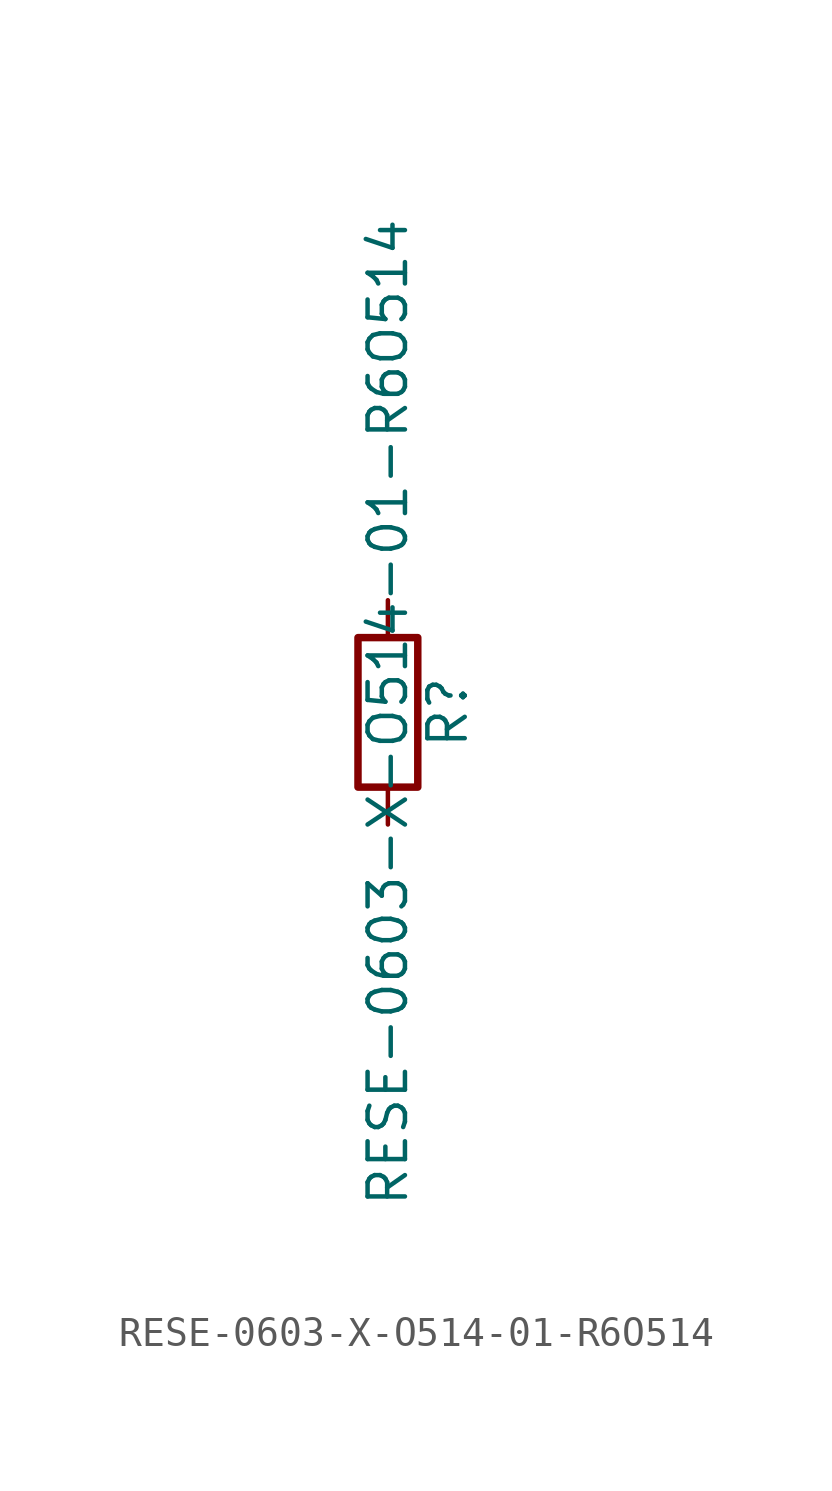
<source format=kicad_sym>
(kicad_symbol_lib
  (version 20211014)
  (generator kicad_symbol_editor)
  (symbol "RESE-0603-X-O514-01-R6O514"
    (pin_numbers hide)
    (pin_names
      (offset 0))
    (property "Reference" "R"
      (at 2.032 0 90)
      (effects (font (size 1.27 1.27))))
    (property "Value" "RESE-0603-X-O514-01-R6O514"
      (at 0 0 90)
      (effects (font (size 1.27 1.27))))
    (symbol "RESE-0603-X-O514-01-R6O514_0_1"
      (rectangle (start -1.016 -2.54) (end 1.016 2.54) (stroke (width 0.254) (type default) (color 0 0 0 0)) (fill (type none))))
    (symbol "RESE-0603-X-O514-01-R6O514_1_1"
      (pin passive line (at 0 3.81 270) (length 1.27) (name "~" (effects (font (size 1.27 1.27)))) (number "1" (effects (font (size 1.27 1.27)))))
      (pin passive line (at 0 -3.81 90) (length 1.27) (name "~" (effects (font (size 1.27 1.27)))) (number "2" (effects (font (size 1.27 1.27))))))))
</source>
